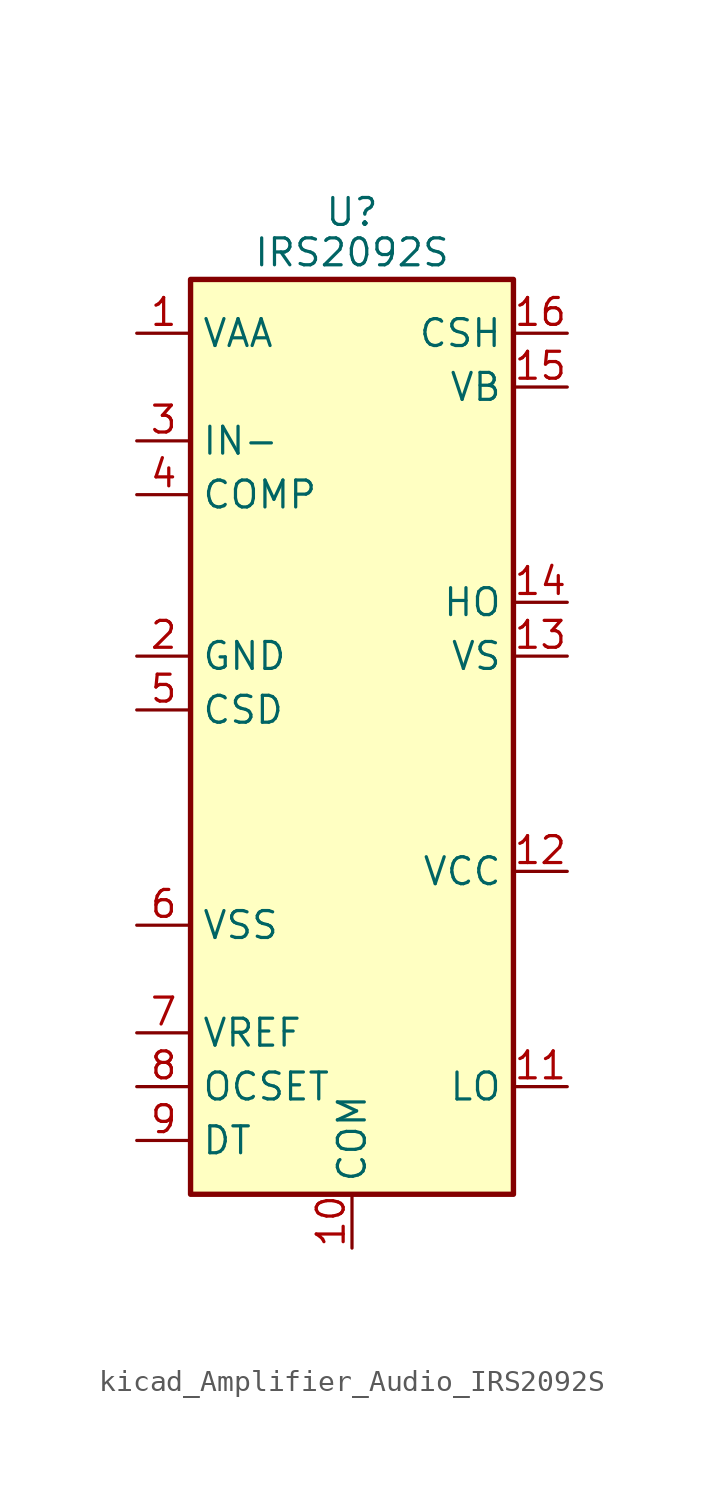
<source format=kicad_sym>
(kicad_symbol_lib
  (version 20220914)
  (generator kicad_symbol_editor)
  (symbol "kicad_Amplifier_Audio_IRS2092S"
    (property "Reference" "U"
      (at 0 26.035 0)
      (effects (font (size 1.27 1.27))))
    (property "Value" "IRS2092S"
      (at 0 24.13 0)
      (effects (font (size 1.27 1.27))))
    (symbol "kicad_Amplifier_Audio_IRS2092S_0_1"
      (rectangle (start -7.62 -20.32) (end 7.62 22.86) (stroke (width 0.254) (type default)) (fill (type background))))
    (symbol "kicad_Amplifier_Audio_IRS2092S_1_1"
      (pin power_in line (at -10.16 20.32 0) (length 2.54) (name "VAA" (effects (font (size 1.27 1.27)))) (number "1" (effects (font (size 1.27 1.27)))))
      (pin power_in line (at 0 -22.86 90) (length 2.54) (name "COM" (effects (font (size 1.27 1.27)))) (number "10" (effects (font (size 1.27 1.27)))))
      (pin output line (at 10.16 -15.24 180) (length 2.54) (name "LO" (effects (font (size 1.27 1.27)))) (number "11" (effects (font (size 1.27 1.27)))))
      (pin power_in line (at 10.16 -5.08 180) (length 2.54) (name "VCC" (effects (font (size 1.27 1.27)))) (number "12" (effects (font (size 1.27 1.27)))))
      (pin passive line (at 10.16 5.08 180) (length 2.54) (name "VS" (effects (font (size 1.27 1.27)))) (number "13" (effects (font (size 1.27 1.27)))))
      (pin output line (at 10.16 7.62 180) (length 2.54) (name "HO" (effects (font (size 1.27 1.27)))) (number "14" (effects (font (size 1.27 1.27)))))
      (pin power_in line (at 10.16 17.78 180) (length 2.54) (name "VB" (effects (font (size 1.27 1.27)))) (number "15" (effects (font (size 1.27 1.27)))))
      (pin passive line (at 10.16 20.32 180) (length 2.54) (name "CSH" (effects (font (size 1.27 1.27)))) (number "16" (effects (font (size 1.27 1.27)))))
      (pin power_in line (at -10.16 5.08 0) (length 2.54) (name "GND" (effects (font (size 1.27 1.27)))) (number "2" (effects (font (size 1.27 1.27)))))
      (pin input line (at -10.16 15.24 0) (length 2.54) (name "IN-" (effects (font (size 1.27 1.27)))) (number "3" (effects (font (size 1.27 1.27)))))
      (pin output line (at -10.16 12.7 0) (length 2.54) (name "COMP" (effects (font (size 1.27 1.27)))) (number "4" (effects (font (size 1.27 1.27)))))
      (pin passive line (at -10.16 2.54 0) (length 2.54) (name "CSD" (effects (font (size 1.27 1.27)))) (number "5" (effects (font (size 1.27 1.27)))))
      (pin power_in line (at -10.16 -7.62 0) (length 2.54) (name "VSS" (effects (font (size 1.27 1.27)))) (number "6" (effects (font (size 1.27 1.27)))))
      (pin power_out line (at -10.16 -12.7 0) (length 2.54) (name "VREF" (effects (font (size 1.27 1.27)))) (number "7" (effects (font (size 1.27 1.27)))))
      (pin passive line (at -10.16 -15.24 0) (length 2.54) (name "OCSET" (effects (font (size 1.27 1.27)))) (number "8" (effects (font (size 1.27 1.27)))))
      (pin passive line (at -10.16 -17.78 0) (length 2.54) (name "DT" (effects (font (size 1.27 1.27)))) (number "9" (effects (font (size 1.27 1.27))))))))
</source>
